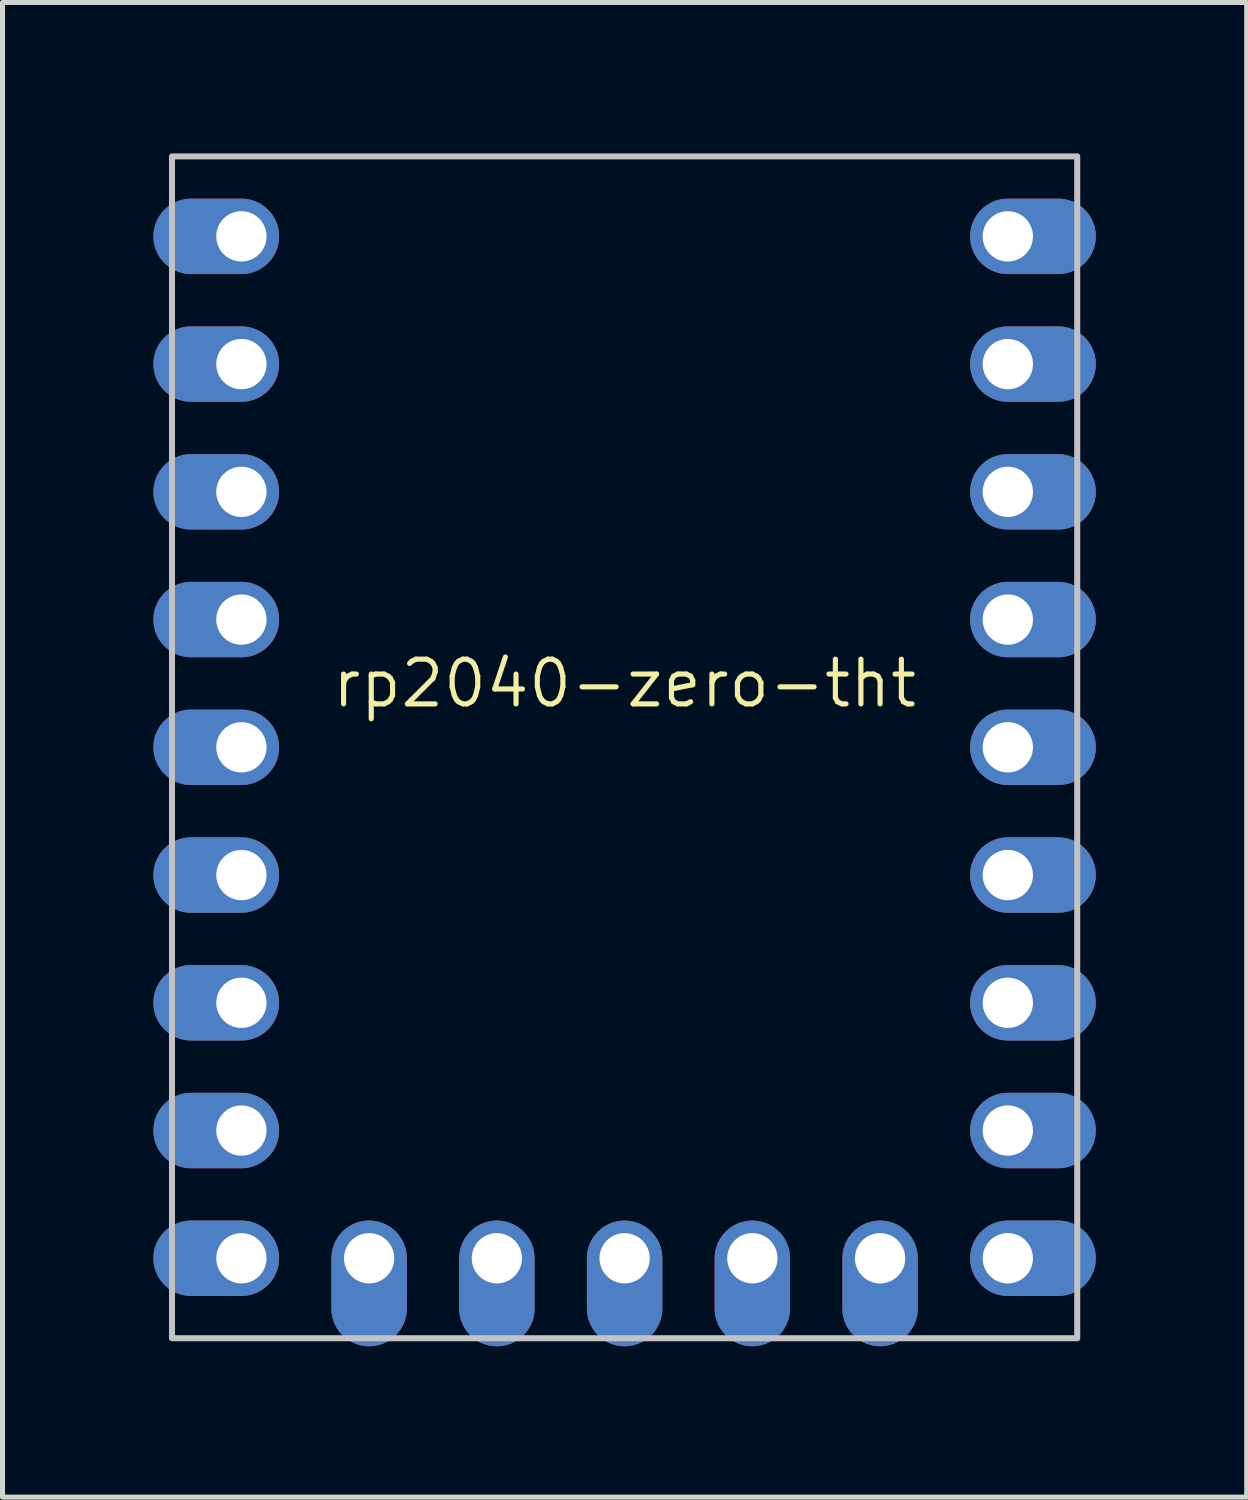
<source format=kicad_pcb>
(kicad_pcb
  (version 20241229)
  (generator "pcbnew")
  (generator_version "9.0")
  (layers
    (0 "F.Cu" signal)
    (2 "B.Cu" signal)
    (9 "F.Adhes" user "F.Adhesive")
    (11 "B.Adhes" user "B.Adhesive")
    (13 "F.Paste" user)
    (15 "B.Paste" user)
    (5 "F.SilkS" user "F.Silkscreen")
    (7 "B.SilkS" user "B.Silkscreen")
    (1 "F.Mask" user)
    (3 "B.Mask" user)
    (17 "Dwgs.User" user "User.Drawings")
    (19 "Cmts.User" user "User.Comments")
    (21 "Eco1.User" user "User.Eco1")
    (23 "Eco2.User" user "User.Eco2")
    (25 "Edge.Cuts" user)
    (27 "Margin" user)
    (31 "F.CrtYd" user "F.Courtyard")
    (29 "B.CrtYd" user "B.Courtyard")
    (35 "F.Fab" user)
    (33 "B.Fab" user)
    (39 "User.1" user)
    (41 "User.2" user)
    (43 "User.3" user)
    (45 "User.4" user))
  (footprint "rp2040-zero-tht"
    (layer "F.Cu")
    (at 9.37 11.81)
    (property "Reference" "rp2040-zero-tht" (at 0 -1.27 0) (layer "F.SilkS") (effects (font (size 0.889 0.889) (thickness 0.102))))
    (attr through_hole exclude_from_pos_files)
    (fp_rect (start -9 -11.75) (end 9 11.75) (stroke (width 0.12) (type solid)) (fill no) (layer "Dwgs.User"))
    (pad "1" thru_hole oval (at 7.62 -10.16 180) (size 2.5 1.5) (drill 1 (offset -0.5 0)) (layers "*.Cu" "*.Mask"))
    (pad "2" thru_hole oval (at 7.62 -7.62 180) (size 2.5 1.5) (drill 1 (offset -0.5 0)) (layers "*.Cu" "*.Mask"))
    (pad "3" thru_hole oval (at 7.62 -5.08 180) (size 2.5 1.5) (drill 1 (offset -0.5 0)) (layers "*.Cu" "*.Mask"))
    (pad "4" thru_hole oval (at 7.62 -2.54 180) (size 2.5 1.5) (drill 1 (offset -0.5 0)) (layers "*.Cu" "*.Mask"))
    (pad "5" thru_hole oval (at 7.62 0 180) (size 2.5 1.5) (drill 1 (offset -0.5 0)) (layers "*.Cu" "*.Mask"))
    (pad "6" thru_hole oval (at 7.62 2.54 180) (size 2.5 1.5) (drill 1 (offset -0.5 0)) (layers "*.Cu" "*.Mask"))
    (pad "7" thru_hole oval (at 7.62 5.08 180) (size 2.5 1.5) (drill 1 (offset -0.5 0)) (layers "*.Cu" "*.Mask"))
    (pad "8" thru_hole oval (at 7.62 7.62 180) (size 2.5 1.5) (drill 1 (offset -0.5 0)) (layers "*.Cu" "*.Mask"))
    (pad "9" thru_hole oval (at 7.62 10.16 180) (size 2.5 1.5) (drill 1 (offset -0.5 0)) (layers "*.Cu" "*.Mask"))
    (pad "10" thru_hole oval (at 5.08 10.16 90) (size 2.5 1.5) (drill 1 (offset -0.5 0)) (layers "*.Cu" "*.Mask"))
    (pad "11" thru_hole oval (at 2.54 10.16 90) (size 2.5 1.5) (drill 1 (offset -0.5 0)) (layers "*.Cu" "*.Mask"))
    (pad "12" thru_hole oval (at 0 10.16 90) (size 2.5 1.5) (drill 1 (offset -0.5 0)) (layers "*.Cu" "*.Mask"))
    (pad "13" thru_hole oval (at -2.54 10.16 90) (size 2.5 1.5) (drill 1 (offset -0.5 0)) (layers "*.Cu" "*.Mask"))
    (pad "14" thru_hole oval (at -5.08 10.16 90) (size 2.5 1.5) (drill 1 (offset -0.5 0)) (layers "*.Cu" "*.Mask"))
    (pad "15" thru_hole oval (at -7.62 10.16) (size 2.5 1.5) (drill 1 (offset -0.5 0)) (layers "*.Cu" "*.Mask"))
    (pad "16" thru_hole oval (at -7.62 7.62) (size 2.5 1.5) (drill 1 (offset -0.5 0)) (layers "*.Cu" "*.Mask"))
    (pad "17" thru_hole oval (at -7.62 5.08) (size 2.5 1.5) (drill 1 (offset -0.5 0)) (layers "*.Cu" "*.Mask"))
    (pad "18" thru_hole oval (at -7.62 2.54) (size 2.5 1.5) (drill 1 (offset -0.5 0)) (layers "*.Cu" "*.Mask"))
    (pad "19" thru_hole oval (at -7.62 0) (size 2.5 1.5) (drill 1 (offset -0.5 0)) (layers "*.Cu" "*.Mask"))
    (pad "20" thru_hole oval (at -7.62 -2.54) (size 2.5 1.5) (drill 1 (offset -0.5 0)) (layers "*.Cu" "*.Mask"))
    (pad "21" thru_hole oval (at -7.62 -5.08) (size 2.5 1.5) (drill 1 (offset -0.5 0)) (layers "*.Cu" "*.Mask"))
    (pad "22" thru_hole oval (at -7.62 -7.62) (size 2.5 1.5) (drill 1 (offset -0.5 0)) (layers "*.Cu" "*.Mask"))
    (pad "23" thru_hole oval (at -7.62 -10.16) (size 2.5 1.5) (drill 1 (offset -0.5 0)) (layers "*.Cu" "*.Mask")))
  (gr_rect
    (start -3 -3)
    (end 21.74 26.72)
    (stroke (width 0.1) (type default))
    (fill no)
    (layer "Edge.Cuts")))
</source>
